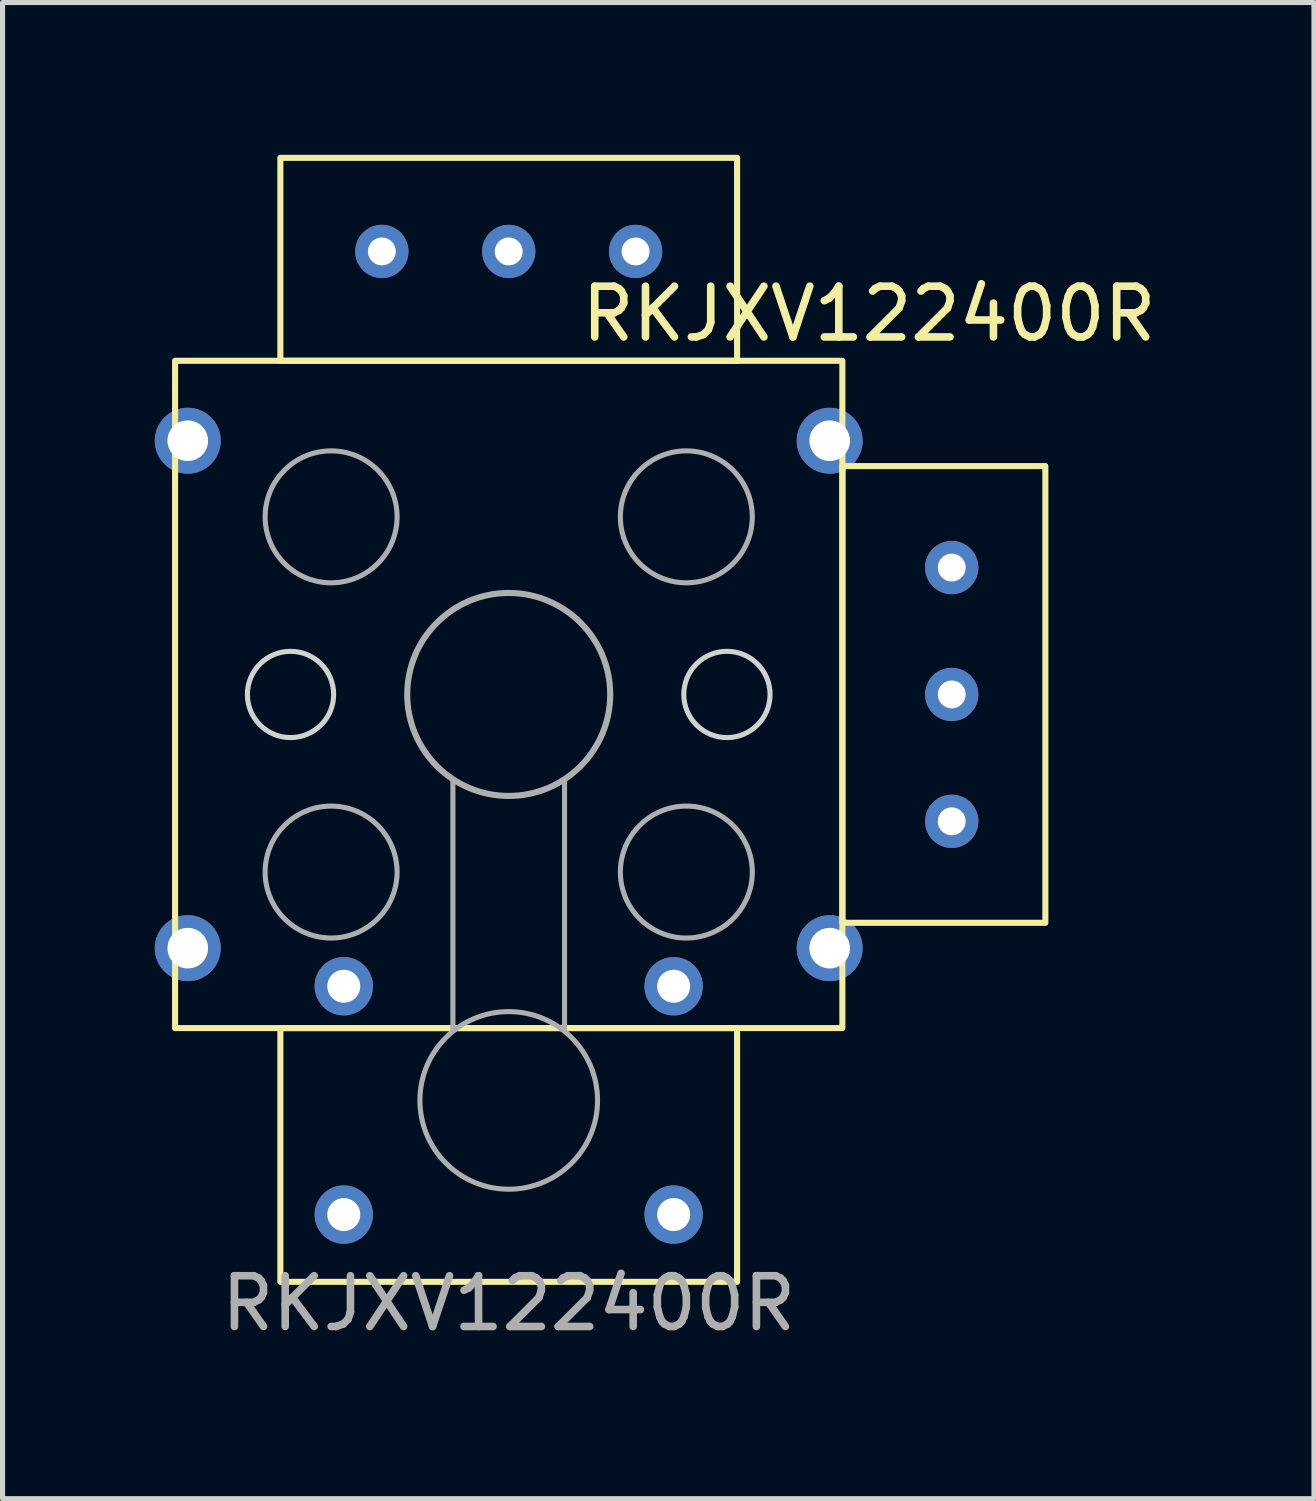
<source format=kicad_pcb>
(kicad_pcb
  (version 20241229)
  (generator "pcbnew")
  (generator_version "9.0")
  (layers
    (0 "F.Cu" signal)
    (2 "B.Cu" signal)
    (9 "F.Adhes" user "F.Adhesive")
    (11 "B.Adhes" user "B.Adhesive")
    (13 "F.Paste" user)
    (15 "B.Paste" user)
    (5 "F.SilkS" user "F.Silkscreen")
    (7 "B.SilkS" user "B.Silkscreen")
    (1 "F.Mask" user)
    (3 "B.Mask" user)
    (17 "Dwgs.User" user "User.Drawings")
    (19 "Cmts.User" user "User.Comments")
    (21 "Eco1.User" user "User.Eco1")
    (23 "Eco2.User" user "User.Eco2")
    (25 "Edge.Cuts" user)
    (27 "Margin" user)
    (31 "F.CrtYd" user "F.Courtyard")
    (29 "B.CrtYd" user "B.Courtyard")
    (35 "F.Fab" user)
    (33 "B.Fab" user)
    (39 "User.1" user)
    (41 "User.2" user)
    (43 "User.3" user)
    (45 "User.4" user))
  (footprint "RKJXV122400R"
    (layer "F.Cu")
    (at 6.975 10.635)
    (property "Reference" "RKJXV122400R" (at 7.1 -7.5 0) (unlocked yes) (layer "F.SilkS") (effects (font (size 1 1) (thickness 0.15))))
    (attr through_hole)
    (fp_rect (start -6.575 -6.575) (end 6.575 6.575) (stroke (width 0.12) (type solid)) (fill no) (layer "F.SilkS"))
    (fp_rect (start -4.5 -10.575) (end 4.5 -6.575) (stroke (width 0.12) (type solid)) (fill no) (layer "F.SilkS"))
    (fp_rect (start -4.5 6.575) (end 4.5 11.575) (stroke (width 0.12) (type solid)) (fill no) (layer "F.SilkS"))
    (fp_rect (start 6.575 4.5) (end 10.575 -4.5) (stroke (width 0.12) (type solid)) (fill no) (layer "F.SilkS"))
    (fp_circle (center -4.3 0) (end -3.45 0) (stroke (width 0.1) (type solid)) (fill no) (layer "Edge.Cuts"))
    (fp_circle (center 4.3 0) (end 5.15 0) (stroke (width 0.1) (type solid)) (fill no) (layer "Edge.Cuts"))
    (fp_line (start -1.1 6.6) (end -1.1 1.7) (stroke (width 0.1) (type solid)) (layer "F.Fab"))
    (fp_line (start 1.1 1.7) (end 1.1 6.6) (stroke (width 0.1) (type solid)) (layer "F.Fab"))
    (fp_circle (center -3.5 -3.5) (end -2.2 -3.5) (stroke (width 0.1) (type solid)) (fill no) (layer "F.Fab"))
    (fp_circle (center -3.5 3.5) (end -2.2 3.5) (stroke (width 0.1) (type solid)) (fill no) (layer "F.Fab"))
    (fp_circle (center 0 0) (end 2 0) (stroke (width 0.12) (type solid)) (fill no) (layer "F.Fab"))
    (fp_circle (center 0 8) (end 1.75 8) (stroke (width 0.1) (type solid)) (fill no) (layer "F.Fab"))
    (fp_circle (center 3.5 -3.5) (end 4.8 -3.5) (stroke (width 0.1) (type solid)) (fill no) (layer "F.Fab"))
    (fp_circle (center 3.5 3.5) (end 4.8 3.5) (stroke (width 0.1) (type solid)) (fill no) (layer "F.Fab"))
    (fp_text user "${REFERENCE}" (at 0 12 0) (unlocked yes) (layer "F.Fab") (effects (font (size 1 1) (thickness 0.15))))
    (pad "1" thru_hole circle (at 2.5 -8.73) (size 1.05 1.05) (drill 0.55) (layers "*.Cu" "*.Mask"))
    (pad "2" thru_hole circle (at 0 -8.73) (size 1.05 1.05) (drill 0.55) (layers "*.Cu" "*.Mask"))
    (pad "3" thru_hole circle (at -2.5 -8.73) (size 1.05 1.05) (drill 0.55) (layers "*.Cu" "*.Mask"))
    (pad "4" thru_hole circle (at 8.73 2.5) (size 1.05 1.05) (drill 0.55) (layers "*.Cu" "*.Mask"))
    (pad "5" thru_hole circle (at 8.73 0) (size 1.05 1.05) (drill 0.55) (layers "*.Cu" "*.Mask"))
    (pad "6" thru_hole circle (at 8.73 -2.5) (size 1.05 1.05) (drill 0.55) (layers "*.Cu" "*.Mask"))
    (pad "7" thru_hole circle (at -3.25 5.75) (size 1.15 1.15) (drill 0.65) (layers "*.Cu" "*.Mask"))
    (pad "7" thru_hole circle (at 3.25 5.75) (size 1.15 1.15) (drill 0.65) (layers "*.Cu" "*.Mask"))
    (pad "8" thru_hole circle (at -3.25 10.25) (size 1.15 1.15) (drill 0.65) (layers "*.Cu" "*.Mask"))
    (pad "8" thru_hole circle (at 3.25 10.25) (size 1.15 1.15) (drill 0.65) (layers "*.Cu" "*.Mask"))
    (pad "9" thru_hole circle (at -6.325 -5) (size 1.3 1.3) (drill 0.8) (layers "*.Cu" "*.Mask"))
    (pad "9" thru_hole circle (at -6.325 5) (size 1.3 1.3) (drill 0.8) (layers "*.Cu" "*.Mask"))
    (pad "9" thru_hole circle (at 6.325 -5) (size 1.3 1.3) (drill 0.8) (layers "*.Cu" "*.Mask"))
    (pad "9" thru_hole circle (at 6.325 5) (size 1.3 1.3) (drill 0.8) (layers "*.Cu" "*.Mask"))
    (zone (net_name "") (layer "F.Fab") (hatch edge 0.508) (connect_pads) (min_thickness 0.254) (filled_areas_thickness no) (keepout (tracks not_allowed) (vias not_allowed) (pads not_allowed) (copperpour allowed) (footprints allowed)) (placement (enabled no)) (fill) (polygon (pts (xy 4.775 8.435) (xy 2.175 8.435) (xy 2.175 5.835) (xy 4.775 5.835))))
    (zone (net_name "") (layer "F.Fab") (hatch edge 0.508) (connect_pads) (min_thickness 0.254) (filled_areas_thickness no) (keepout (tracks not_allowed) (vias not_allowed) (pads not_allowed) (copperpour allowed) (footprints allowed)) (placement (enabled no)) (fill) (polygon (pts (xy 4.775 15.435) (xy 2.175 15.435) (xy 2.175 12.835) (xy 4.775 12.835))))
    (zone (net_name "") (layer "F.Fab") (hatch edge 0.508) (connect_pads) (min_thickness 0.254) (filled_areas_thickness no) (keepout (tracks not_allowed) (vias not_allowed) (pads not_allowed) (copperpour allowed) (footprints allowed)) (placement (enabled no)) (fill) (polygon (pts (xy 8.075 16.935) (xy 5.875 16.935) (xy 5.875 12.635) (xy 8.075 12.635))))
    (zone (net_name "") (layer "F.Fab") (hatch edge 0.508) (connect_pads) (min_thickness 0.254) (filled_areas_thickness no) (keepout (tracks not_allowed) (vias not_allowed) (pads not_allowed) (copperpour allowed) (footprints allowed)) (placement (enabled no)) (fill) (polygon (pts (xy 8.675 20.335) (xy 5.275 20.335) (xy 5.275 16.935) (xy 8.675 16.935))))
    (zone (net_name "") (layer "F.Fab") (hatch edge 0.508) (connect_pads) (min_thickness 0.254) (filled_areas_thickness no) (keepout (tracks not_allowed) (vias not_allowed) (pads not_allowed) (copperpour allowed) (footprints allowed)) (placement (enabled no)) (fill) (polygon (pts (xy 8.975 12.635) (xy 4.975 12.635) (xy 4.975 8.635) (xy 8.975 8.635))))
    (zone (net_name "") (layer "F.Fab") (hatch edge 0.508) (connect_pads) (min_thickness 0.254) (filled_areas_thickness no) (keepout (tracks not_allowed) (vias not_allowed) (pads not_allowed) (copperpour allowed) (footprints allowed)) (placement (enabled no)) (fill) (polygon (pts (xy 11.775 8.435) (xy 9.175 8.435) (xy 9.175 5.835) (xy 11.775 5.835))))
    (zone (net_name "") (layer "F.Fab") (hatch edge 0.508) (connect_pads) (min_thickness 0.254) (filled_areas_thickness no) (keepout (tracks not_allowed) (vias not_allowed) (pads not_allowed) (copperpour allowed) (footprints allowed)) (placement (enabled no)) (fill) (polygon (pts (xy 11.775 15.435) (xy 9.175 15.435) (xy 9.175 12.835) (xy 11.775 12.835)))))
  (gr_rect
    (start -3 -3)
    (end 22.843 26.483)
    (stroke (width 0.1) (type default))
    (fill no)
    (layer "Edge.Cuts")))
</source>
